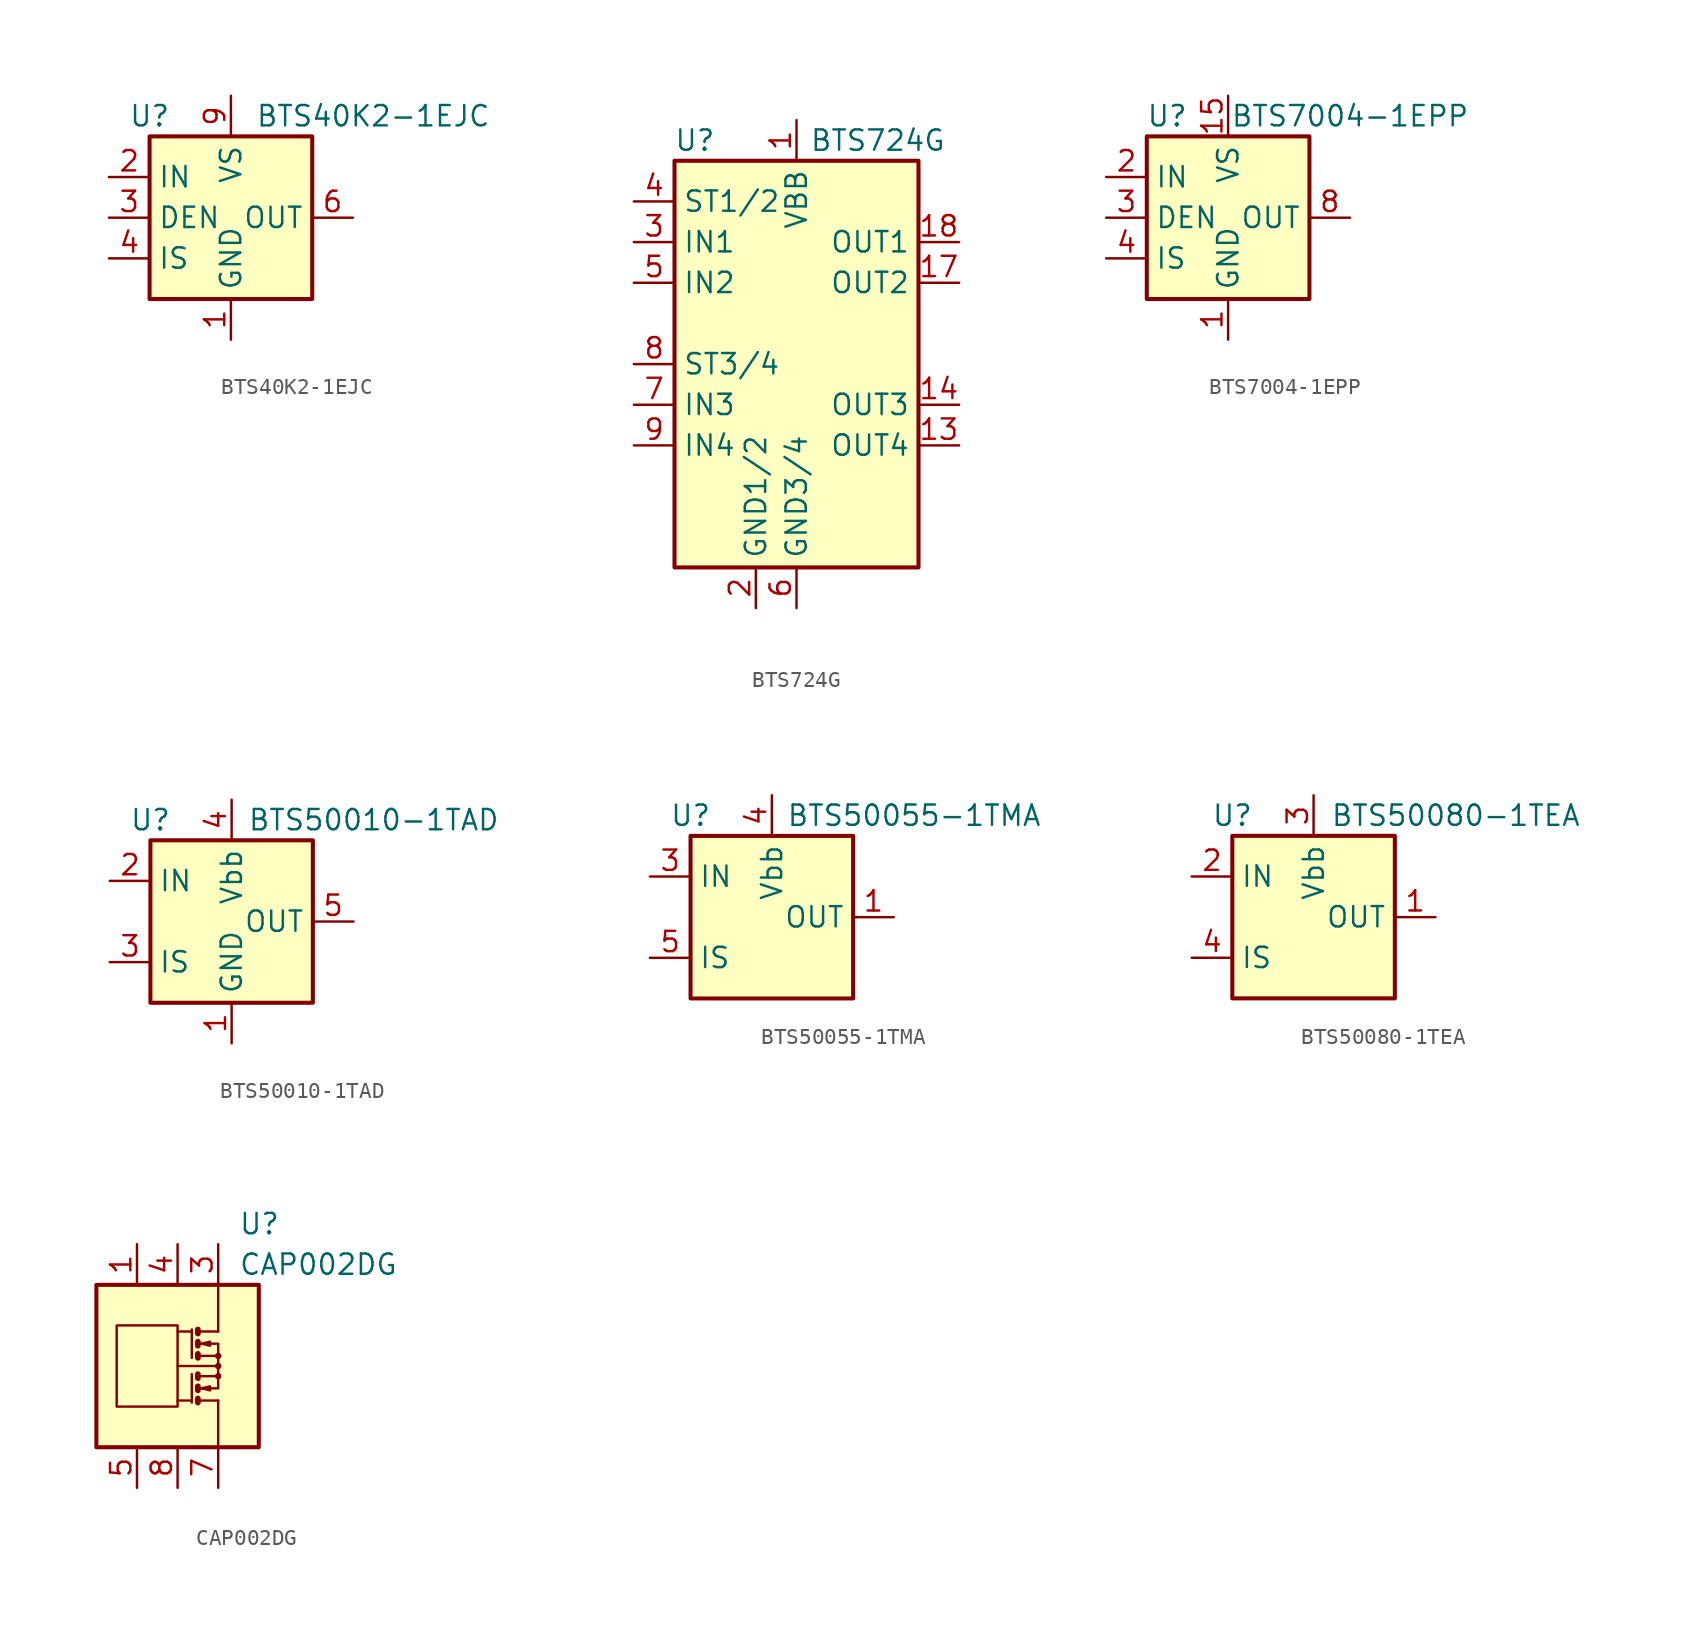
<source format=kicad_sym>
(kicad_symbol_lib
  (version 20241209)
  (generator "kicad_symbol_editor")
  (generator_version "9.0")
  (symbol "BTS40K2-1EJC"
    (property "Reference" "U"
      (at -5.08 6.35 0)
      (effects (font (size 1.27 1.27))))
    (property "Value" "BTS40K2-1EJC"
      (at 8.89 6.35 0)
      (effects (font (size 1.27 1.27))))
    (symbol "BTS40K2-1EJC_0_1"
      (rectangle (start -5.08 5.08) (end 5.08 -5.08) (stroke (width 0.254) (type default)) (fill (type background))))
    (symbol "BTS40K2-1EJC_1_1"
      (pin input line (at -7.62 2.54 0) (length 2.54) (name "IN" (effects (font (size 1.27 1.27)))) (number "2" (effects (font (size 1.27 1.27)))))
      (pin input line (at -7.62 0 0) (length 2.54) (name "DEN" (effects (font (size 1.27 1.27)))) (number "3" (effects (font (size 1.27 1.27)))))
      (pin output line (at -7.62 -2.54 0) (length 2.54) (name "IS" (effects (font (size 1.27 1.27)))) (number "4" (effects (font (size 1.27 1.27)))))
      (pin power_in line (at 0 7.62 270) (length 2.54) (name "VS" (effects (font (size 1.27 1.27)))) (number "9" (effects (font (size 1.27 1.27)))))
      (pin power_in line (at 0 -7.62 90) (length 2.54) (name "GND" (effects (font (size 1.27 1.27)))) (number "1" (effects (font (size 1.27 1.27)))))
      (pin no_connect line (at 5.08 2.54 180) (length 2.54) (hide yes) (name "NC" (effects (font (size 1.27 1.27)))) (number "5" (effects (font (size 1.27 1.27)))))
      (pin power_out line (at 7.62 0 180) (length 2.54) (name "OUT" (effects (font (size 1.27 1.27)))) (number "6" (effects (font (size 1.27 1.27)))))
      (pin passive line (at 7.62 0 180) (length 2.54) (hide yes) (name "OUT" (effects (font (size 1.27 1.27)))) (number "7" (effects (font (size 1.27 1.27)))))
      (pin passive line (at 7.62 0 180) (length 2.54) (hide yes) (name "OUT" (effects (font (size 1.27 1.27)))) (number "8" (effects (font (size 1.27 1.27)))))))
  (symbol "BTS724G"
    (property "Reference" "U"
      (at -6.35 13.97 0)
      (effects (font (size 1.27 1.27))))
    (property "Value" "BTS724G"
      (at 5.08 13.97 0)
      (effects (font (size 1.27 1.27))))
    (symbol "BTS724G_0_1"
      (rectangle (start -7.62 12.7) (end 7.62 -12.7) (stroke (width 0.254) (type default)) (fill (type background))))
    (symbol "BTS724G_1_1"
      (pin open_collector line (at -10.16 10.16 0) (length 2.54) (name "ST1/2" (effects (font (size 1.27 1.27)))) (number "4" (effects (font (size 1.27 1.27)))))
      (pin input line (at -10.16 7.62 0) (length 2.54) (name "IN1" (effects (font (size 1.27 1.27)))) (number "3" (effects (font (size 1.27 1.27)))))
      (pin input line (at -10.16 5.08 0) (length 2.54) (name "IN2" (effects (font (size 1.27 1.27)))) (number "5" (effects (font (size 1.27 1.27)))))
      (pin open_collector line (at -10.16 0 0) (length 2.54) (name "ST3/4" (effects (font (size 1.27 1.27)))) (number "8" (effects (font (size 1.27 1.27)))))
      (pin input line (at -10.16 -2.54 0) (length 2.54) (name "IN3" (effects (font (size 1.27 1.27)))) (number "7" (effects (font (size 1.27 1.27)))))
      (pin input line (at -10.16 -5.08 0) (length 2.54) (name "IN4" (effects (font (size 1.27 1.27)))) (number "9" (effects (font (size 1.27 1.27)))))
      (pin power_in line (at -2.54 -15.24 90) (length 2.54) (name "GND1/2" (effects (font (size 1.27 1.27)))) (number "2" (effects (font (size 1.27 1.27)))))
      (pin power_in line (at 0 15.24 270) (length 2.54) (name "VBB" (effects (font (size 1.27 1.27)))) (number "1" (effects (font (size 1.27 1.27)))))
      (pin passive line (at 0 15.24 270) (length 2.54) (hide yes) (name "VBB" (effects (font (size 1.27 1.27)))) (number "10" (effects (font (size 1.27 1.27)))))
      (pin passive line (at 0 15.24 270) (length 2.54) (hide yes) (name "VBB" (effects (font (size 1.27 1.27)))) (number "11" (effects (font (size 1.27 1.27)))))
      (pin passive line (at 0 15.24 270) (length 2.54) (hide yes) (name "VBB" (effects (font (size 1.27 1.27)))) (number "12" (effects (font (size 1.27 1.27)))))
      (pin passive line (at 0 15.24 270) (length 2.54) (hide yes) (name "VBB" (effects (font (size 1.27 1.27)))) (number "15" (effects (font (size 1.27 1.27)))))
      (pin passive line (at 0 15.24 270) (length 2.54) (hide yes) (name "VBB" (effects (font (size 1.27 1.27)))) (number "16" (effects (font (size 1.27 1.27)))))
      (pin passive line (at 0 15.24 270) (length 2.54) (hide yes) (name "VBB" (effects (font (size 1.27 1.27)))) (number "19" (effects (font (size 1.27 1.27)))))
      (pin passive line (at 0 15.24 270) (length 2.54) (hide yes) (name "VBB" (effects (font (size 1.27 1.27)))) (number "20" (effects (font (size 1.27 1.27)))))
      (pin power_in line (at 0 -15.24 90) (length 2.54) (name "GND3/4" (effects (font (size 1.27 1.27)))) (number "6" (effects (font (size 1.27 1.27)))))
      (pin open_emitter line (at 10.16 7.62 180) (length 2.54) (name "OUT1" (effects (font (size 1.27 1.27)))) (number "18" (effects (font (size 1.27 1.27)))))
      (pin open_emitter line (at 10.16 5.08 180) (length 2.54) (name "OUT2" (effects (font (size 1.27 1.27)))) (number "17" (effects (font (size 1.27 1.27)))))
      (pin open_emitter line (at 10.16 -2.54 180) (length 2.54) (name "OUT3" (effects (font (size 1.27 1.27)))) (number "14" (effects (font (size 1.27 1.27)))))
      (pin open_emitter line (at 10.16 -5.08 180) (length 2.54) (name "OUT4" (effects (font (size 1.27 1.27)))) (number "13" (effects (font (size 1.27 1.27)))))))
  (symbol "BTS7004-1EPP"
    (property "Reference" "U"
      (at -3.81 6.35 0)
      (effects (font (size 1.27 1.27))))
    (property "Value" "BTS7004-1EPP"
      (at 7.62 6.35 0)
      (effects (font (size 1.27 1.27))))
    (symbol "BTS7004-1EPP_0_1"
      (rectangle (start -5.08 5.08) (end 5.08 -5.08) (stroke (width 0.254) (type default)) (fill (type background))))
    (symbol "BTS7004-1EPP_1_1"
      (pin input line (at -7.62 2.54 0) (length 2.54) (name "IN" (effects (font (size 1.27 1.27)))) (number "2" (effects (font (size 1.27 1.27)))))
      (pin input line (at -7.62 0 0) (length 2.54) (name "DEN" (effects (font (size 1.27 1.27)))) (number "3" (effects (font (size 1.27 1.27)))))
      (pin output line (at -7.62 -2.54 0) (length 2.54) (name "IS" (effects (font (size 1.27 1.27)))) (number "4" (effects (font (size 1.27 1.27)))))
      (pin power_in line (at 0 7.62 270) (length 2.54) (name "VS" (effects (font (size 1.27 1.27)))) (number "15" (effects (font (size 1.27 1.27)))))
      (pin power_in line (at 0 -7.62 90) (length 2.54) (name "GND" (effects (font (size 1.27 1.27)))) (number "1" (effects (font (size 1.27 1.27)))))
      (pin no_connect line (at 5.08 5.08 180) (length 2.54) (hide yes) (name "NC" (effects (font (size 1.27 1.27)))) (number "5" (effects (font (size 1.27 1.27)))))
      (pin no_connect line (at 5.08 2.54 180) (length 2.54) (hide yes) (name "NC" (effects (font (size 1.27 1.27)))) (number "6" (effects (font (size 1.27 1.27)))))
      (pin no_connect line (at 5.08 -2.54 180) (length 2.54) (hide yes) (name "NC" (effects (font (size 1.27 1.27)))) (number "7" (effects (font (size 1.27 1.27)))))
      (pin no_connect line (at 5.08 -5.08 180) (length 2.54) (hide yes) (name "NC" (effects (font (size 1.27 1.27)))) (number "11" (effects (font (size 1.27 1.27)))))
      (pin passive line (at 7.62 0 180) (length 2.54) (hide yes) (name "OUT" (effects (font (size 1.27 1.27)))) (number "10" (effects (font (size 1.27 1.27)))))
      (pin passive line (at 7.62 0 180) (length 2.54) (hide yes) (name "OUT" (effects (font (size 1.27 1.27)))) (number "12" (effects (font (size 1.27 1.27)))))
      (pin passive line (at 7.62 0 180) (length 2.54) (hide yes) (name "OUT" (effects (font (size 1.27 1.27)))) (number "13" (effects (font (size 1.27 1.27)))))
      (pin passive line (at 7.62 0 180) (length 2.54) (hide yes) (name "OUT" (effects (font (size 1.27 1.27)))) (number "14" (effects (font (size 1.27 1.27)))))
      (pin power_out line (at 7.62 0 180) (length 2.54) (name "OUT" (effects (font (size 1.27 1.27)))) (number "8" (effects (font (size 1.27 1.27)))))
      (pin passive line (at 7.62 0 180) (length 2.54) (hide yes) (name "OUT" (effects (font (size 1.27 1.27)))) (number "9" (effects (font (size 1.27 1.27)))))))
  (symbol "BTS50010-1TAD"
    (property "Reference" "U"
      (at -5.08 6.35 0)
      (effects (font (size 1.27 1.27))))
    (property "Value" "BTS50010-1TAD"
      (at 8.89 6.35 0)
      (effects (font (size 1.27 1.27))))
    (symbol "BTS50010-1TAD_0_1"
      (rectangle (start -5.08 5.08) (end 5.08 -5.08) (stroke (width 0.254) (type default)) (fill (type background))))
    (symbol "BTS50010-1TAD_1_1"
      (pin input line (at -7.62 2.54 0) (length 2.54) (name "IN" (effects (font (size 1.27 1.27)))) (number "2" (effects (font (size 1.27 1.27)))))
      (pin output line (at -7.62 -2.54 0) (length 2.54) (name "IS" (effects (font (size 1.27 1.27)))) (number "3" (effects (font (size 1.27 1.27)))))
      (pin power_in line (at 0 7.62 270) (length 2.54) (name "Vbb" (effects (font (size 1.27 1.27)))) (number "4" (effects (font (size 1.27 1.27)))))
      (pin power_in line (at 0 -7.62 90) (length 2.54) (name "GND" (effects (font (size 1.27 1.27)))) (number "1" (effects (font (size 1.27 1.27)))))
      (pin passive line (at 7.62 0 180) (length 2.54) (name "OUT" (effects (font (size 1.27 1.27)))) (number "5" (effects (font (size 1.27 1.27)))))
      (pin passive line (at 7.62 0 180) (length 2.54) (hide yes) (name "OUT" (effects (font (size 1.27 1.27)))) (number "6" (effects (font (size 1.27 1.27)))))
      (pin passive line (at 7.62 0 180) (length 2.54) (hide yes) (name "OUT" (effects (font (size 1.27 1.27)))) (number "7" (effects (font (size 1.27 1.27)))))))
  (symbol "BTS50055-1TMA"
    (property "Reference" "U"
      (at -5.08 6.35 0)
      (effects (font (size 1.27 1.27))))
    (property "Value" "BTS50055-1TMA"
      (at 8.89 6.35 0)
      (effects (font (size 1.27 1.27))))
    (symbol "BTS50055-1TMA_0_1"
      (rectangle (start -5.08 5.08) (end 5.08 -5.08) (stroke (width 0.254) (type default)) (fill (type background))))
    (symbol "BTS50055-1TMA_1_1"
      (pin input line (at -7.62 2.54 0) (length 2.54) (name "IN" (effects (font (size 1.27 1.27)))) (number "3" (effects (font (size 1.27 1.27)))))
      (pin output line (at -7.62 -2.54 0) (length 2.54) (name "IS" (effects (font (size 1.27 1.27)))) (number "5" (effects (font (size 1.27 1.27)))))
      (pin power_in line (at 0 7.62 270) (length 2.54) (name "Vbb" (effects (font (size 1.27 1.27)))) (number "4" (effects (font (size 1.27 1.27)))))
      (pin power_out line (at 7.62 0 180) (length 2.54) (name "OUT" (effects (font (size 1.27 1.27)))) (number "1" (effects (font (size 1.27 1.27)))))
      (pin passive line (at 7.62 0 180) (length 2.54) (hide yes) (name "OUT" (effects (font (size 1.27 1.27)))) (number "2" (effects (font (size 1.27 1.27)))))
      (pin passive line (at 7.62 0 180) (length 2.54) (hide yes) (name "OUT" (effects (font (size 1.27 1.27)))) (number "6" (effects (font (size 1.27 1.27)))))
      (pin passive line (at 7.62 0 180) (length 2.54) (hide yes) (name "OUT" (effects (font (size 1.27 1.27)))) (number "7" (effects (font (size 1.27 1.27)))))))
  (symbol "BTS50080-1TEA"
    (property "Reference" "U"
      (at -5.08 6.35 0)
      (effects (font (size 1.27 1.27))))
    (property "Value" "BTS50080-1TEA"
      (at 8.89 6.35 0)
      (effects (font (size 1.27 1.27))))
    (symbol "BTS50080-1TEA_0_1"
      (rectangle (start -5.08 5.08) (end 5.08 -5.08) (stroke (width 0.254) (type default)) (fill (type background))))
    (symbol "BTS50080-1TEA_1_1"
      (pin input line (at -7.62 2.54 0) (length 2.54) (name "IN" (effects (font (size 1.27 1.27)))) (number "2" (effects (font (size 1.27 1.27)))))
      (pin output line (at -7.62 -2.54 0) (length 2.54) (name "IS" (effects (font (size 1.27 1.27)))) (number "4" (effects (font (size 1.27 1.27)))))
      (pin power_in line (at 0 7.62 270) (length 2.54) (name "Vbb" (effects (font (size 1.27 1.27)))) (number "3" (effects (font (size 1.27 1.27)))))
      (pin power_out line (at 7.62 0 180) (length 2.54) (name "OUT" (effects (font (size 1.27 1.27)))) (number "1" (effects (font (size 1.27 1.27)))))
      (pin passive line (at 7.62 0 180) (length 2.54) (hide yes) (name "OUT" (effects (font (size 1.27 1.27)))) (number "5" (effects (font (size 1.27 1.27)))))))
  (symbol "CAP002DG"
    (pin_names
      (offset 1.27))
    (property "Reference" "U"
      (at 3.81 8.89 0)
      (effects (font (size 1.27 1.27)) (justify left)))
    (property "Value" "CAP002DG"
      (at 3.81 6.35 0)
      (effects (font (size 1.27 1.27)) (justify left)))
    (symbol "CAP002DG_0_1"
      (rectangle (start -5.08 5.08) (end 5.08 -5.08) (stroke (width 0.254) (type default)) (fill (type background)))
      (rectangle (start -3.81 2.54) (end 0 -2.54) (stroke (width 0) (type default)) (fill (type none)))
      (polyline (pts (xy 0.889 2.286) (xy 0.889 0.508)) (stroke (width 0) (type default)) (fill (type none)))
      (polyline (pts (xy 0.889 2.159) (xy 0 2.159)) (stroke (width 0) (type default)) (fill (type none)))
      (polyline (pts (xy 0.889 -0.508) (xy 0.889 -2.286)) (stroke (width 0) (type default)) (fill (type none)))
      (polyline (pts (xy 0.889 -2.159) (xy 0 -2.159)) (stroke (width 0) (type default)) (fill (type none)))
      (polyline (pts (xy 1.27 2.286) (xy 1.27 2.032) (xy 1.27 2.032)) (stroke (width 0.356) (type default)) (fill (type none)))
      (polyline (pts (xy 1.27 2.159) (xy 2.54 2.159)) (stroke (width 0) (type default)) (fill (type none)))
      (polyline (pts (xy 1.27 1.524) (xy 1.27 1.27) (xy 1.27 1.27)) (stroke (width 0.356) (type default)) (fill (type none)))
      (polyline (pts (xy 1.27 0.762) (xy 1.27 0.508) (xy 1.27 0.508)) (stroke (width 0.356) (type default)) (fill (type none)))
      (polyline (pts (xy 1.27 -1.27) (xy 1.27 -1.524) (xy 1.27 -1.524)) (stroke (width 0.356) (type default)) (fill (type none)))
      (polyline (pts (xy 1.27 -2.032) (xy 1.27 -2.286) (xy 1.27 -2.286)) (stroke (width 0.356) (type default)) (fill (type none)))
      (polyline (pts (xy 1.27 -2.159) (xy 2.54 -2.159)) (stroke (width 0) (type default)) (fill (type none)))
      (polyline (pts (xy 1.397 1.397) (xy 2.54 1.397) (xy 2.54 0.635)) (stroke (width 0) (type default)) (fill (type none)))
      (polyline (pts (xy 1.397 -0.635) (xy 2.54 -0.635) (xy 2.54 0.635) (xy 1.397 0.635)) (stroke (width 0) (type default)) (fill (type none)))
      (polyline (pts (xy 1.397 -1.397) (xy 2.54 -1.397) (xy 2.54 -0.635)) (stroke (width 0) (type default)) (fill (type none)))
      (polyline (pts (xy 1.524 1.397) (xy 2.032 1.524) (xy 2.032 1.27) (xy 1.524 1.397)) (stroke (width 0) (type default)) (fill (type none)))
      (polyline (pts (xy 1.524 -1.397) (xy 2.032 -1.27) (xy 2.032 -1.524) (xy 1.524 -1.397)) (stroke (width 0) (type default)) (fill (type none)))
      (polyline (pts (xy 2.413 0) (xy 0 0)) (stroke (width 0) (type default)) (fill (type none)))
      (polyline (pts (xy 2.54 2.159) (xy 2.54 5.08) (xy 2.54 3.175)) (stroke (width 0) (type default)) (fill (type none)))
      (circle (center 2.54 0.635) (radius 0.127) (stroke (width 0) (type default)) (fill (type none)))
      (circle (center 2.54 0) (radius 0.127) (stroke (width 0) (type default)) (fill (type none)))
      (circle (center 2.54 -0.635) (radius 0.127) (stroke (width 0) (type default)) (fill (type none)))
      (polyline (pts (xy 2.54 -2.159) (xy 2.54 -5.08)) (stroke (width 0) (type default)) (fill (type none))))
    (symbol "CAP002DG_1_1"
      (polyline (pts (xy 1.27 -0.508) (xy 1.27 -0.762)) (stroke (width 0.356) (type default)) (fill (type none)))
      (pin passive line (at -2.54 7.62 270) (length 2.54) (name "~" (effects (font (size 1.27 1.27)))) (number "1" (effects (font (size 1.27 1.27)))))
      (pin passive line (at -2.54 -7.62 90) (length 2.54) (name "~" (effects (font (size 1.27 1.27)))) (number "5" (effects (font (size 1.27 1.27)))))
      (pin passive line (at 0 7.62 270) (length 2.54) (name "~" (effects (font (size 1.27 1.27)))) (number "4" (effects (font (size 1.27 1.27)))))
      (pin passive line (at 0 -7.62 90) (length 2.54) (name "~" (effects (font (size 1.27 1.27)))) (number "8" (effects (font (size 1.27 1.27)))))
      (pin passive line (at 2.54 7.62 270) (length 2.54) (hide yes) (name "~" (effects (font (size 1.27 1.27)))) (number "2" (effects (font (size 1.27 1.27)))))
      (pin passive line (at 2.54 7.62 270) (length 2.54) (name "~" (effects (font (size 1.27 1.27)))) (number "3" (effects (font (size 1.27 1.27)))))
      (pin passive line (at 2.54 -7.62 90) (length 2.54) (hide yes) (name "~" (effects (font (size 1.27 1.27)))) (number "6" (effects (font (size 1.27 1.27)))))
      (pin passive line (at 2.54 -7.62 90) (length 2.54) (name "~" (effects (font (size 1.27 1.27)))) (number "7" (effects (font (size 1.27 1.27))))))))
</source>
